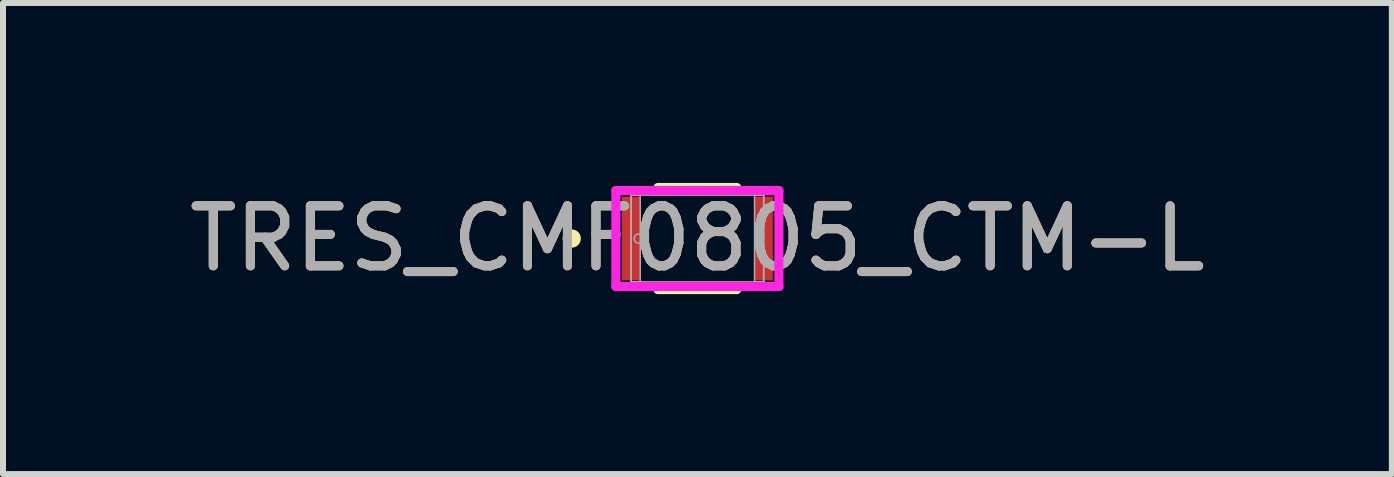
<source format=kicad_pcb>
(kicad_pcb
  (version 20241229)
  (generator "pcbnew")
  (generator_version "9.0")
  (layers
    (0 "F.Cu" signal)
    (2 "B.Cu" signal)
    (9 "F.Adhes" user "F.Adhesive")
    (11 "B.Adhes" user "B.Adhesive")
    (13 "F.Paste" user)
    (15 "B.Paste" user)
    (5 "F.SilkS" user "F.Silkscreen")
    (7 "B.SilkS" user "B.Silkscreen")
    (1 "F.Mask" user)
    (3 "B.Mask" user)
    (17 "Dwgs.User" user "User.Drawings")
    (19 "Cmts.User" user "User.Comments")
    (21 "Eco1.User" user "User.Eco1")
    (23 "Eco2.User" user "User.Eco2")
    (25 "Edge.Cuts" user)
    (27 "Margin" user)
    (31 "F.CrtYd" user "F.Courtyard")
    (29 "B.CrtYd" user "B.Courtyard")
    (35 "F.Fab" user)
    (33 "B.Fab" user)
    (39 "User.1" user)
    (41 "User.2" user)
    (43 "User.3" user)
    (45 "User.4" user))
  (footprint "TRES_CMF0805_CTM-L"
    (layer "F.Cu")
    (at 8.577 0.927)
    (property "Reference" "TRES_CMF0805_CTM-L" (at 0 0 0) (unlocked yes) (layer "F.SilkS") (effects (font (size 1 1) (thickness 0.15))))
    (attr smd)
    (fp_line (start -0.657 0.851) (end 0.657 0.851) (stroke (width 0.152) (type solid)) (layer "F.SilkS"))
    (fp_line (start 0.657 -0.851) (end -0.657 -0.851) (stroke (width 0.152) (type solid)) (layer "F.SilkS"))
    (fp_circle (center -2.095 0) (end -2.019 0) (stroke (width 0.152) (type solid)) (fill no) (layer "F.SilkS"))
    (fp_line (start -1.359 -0.8) (end 1.359 -0.8) (stroke (width 0.152) (type solid)) (layer "F.CrtYd"))
    (fp_line (start -1.359 0.8) (end -1.359 -0.8) (stroke (width 0.152) (type solid)) (layer "F.CrtYd"))
    (fp_line (start 1.359 -0.8) (end 1.359 0.8) (stroke (width 0.152) (type solid)) (layer "F.CrtYd"))
    (fp_line (start 1.359 0.8) (end -1.359 0.8) (stroke (width 0.152) (type solid)) (layer "F.CrtYd"))
    (fp_line (start -1.105 -0.724) (end -1.105 0.724) (stroke (width 0.025) (type solid)) (layer "F.Fab"))
    (fp_line (start -1.105 -0.724) (end -1.105 0.724) (stroke (width 0.025) (type solid)) (layer "F.Fab"))
    (fp_line (start -1.105 0.724) (end -0.953 0.724) (stroke (width 0.025) (type solid)) (layer "F.Fab"))
    (fp_line (start -1.105 0.724) (end 1.105 0.724) (stroke (width 0.025) (type solid)) (layer "F.Fab"))
    (fp_line (start -0.953 -0.724) (end -1.105 -0.724) (stroke (width 0.025) (type solid)) (layer "F.Fab"))
    (fp_line (start -0.953 0.724) (end -0.953 -0.724) (stroke (width 0.025) (type solid)) (layer "F.Fab"))
    (fp_line (start 0.953 -0.724) (end 0.953 0.724) (stroke (width 0.025) (type solid)) (layer "F.Fab"))
    (fp_line (start 0.953 0.724) (end 1.105 0.724) (stroke (width 0.025) (type solid)) (layer "F.Fab"))
    (fp_line (start 1.105 -0.724) (end -1.105 -0.724) (stroke (width 0.025) (type solid)) (layer "F.Fab"))
    (fp_line (start 1.105 -0.724) (end 0.953 -0.724) (stroke (width 0.025) (type solid)) (layer "F.Fab"))
    (fp_line (start 1.105 0.724) (end 1.105 -0.724) (stroke (width 0.025) (type solid)) (layer "F.Fab"))
    (fp_line (start 1.105 0.724) (end 1.105 -0.724) (stroke (width 0.025) (type solid)) (layer "F.Fab"))
    (fp_circle (center -0.978 0) (end -0.902 0) (stroke (width 0.025) (type solid)) (fill no) (layer "F.Fab"))
    (fp_text user "${REFERENCE}" (at 0 0 0) (unlocked yes) (layer "F.Fab") (effects (font (size 1 1) (thickness 0.15))))
    (pad "1" smd rect (at -1.105 0) (size 0.305 1.397) (layers "F.Cu" "F.Mask" "F.Paste"))
    (pad "2" smd rect (at 1.105 0) (size 0.305 1.397) (layers "F.Cu" "F.Mask" "F.Paste"))
    (zone (net_name "") (layer "F.Cu") (hatch full 0.508) (connect_pads) (min_thickness 0.254) (filled_areas_thickness no) (keepout (tracks not_allowed) (vias not_allowed) (pads allowed) (copperpour not_allowed) (footprints allowed)) (placement (enabled no)) (fill) (polygon (pts (xy 7.676 0.254) (xy 9.479 0.254) (xy 9.479 1.6) (xy 7.676 1.6)))))
  (gr_rect
    (start -3 -3)
    (end 20.155 4.854)
    (stroke (width 0.1) (type default))
    (fill no)
    (layer "Edge.Cuts")))
</source>
